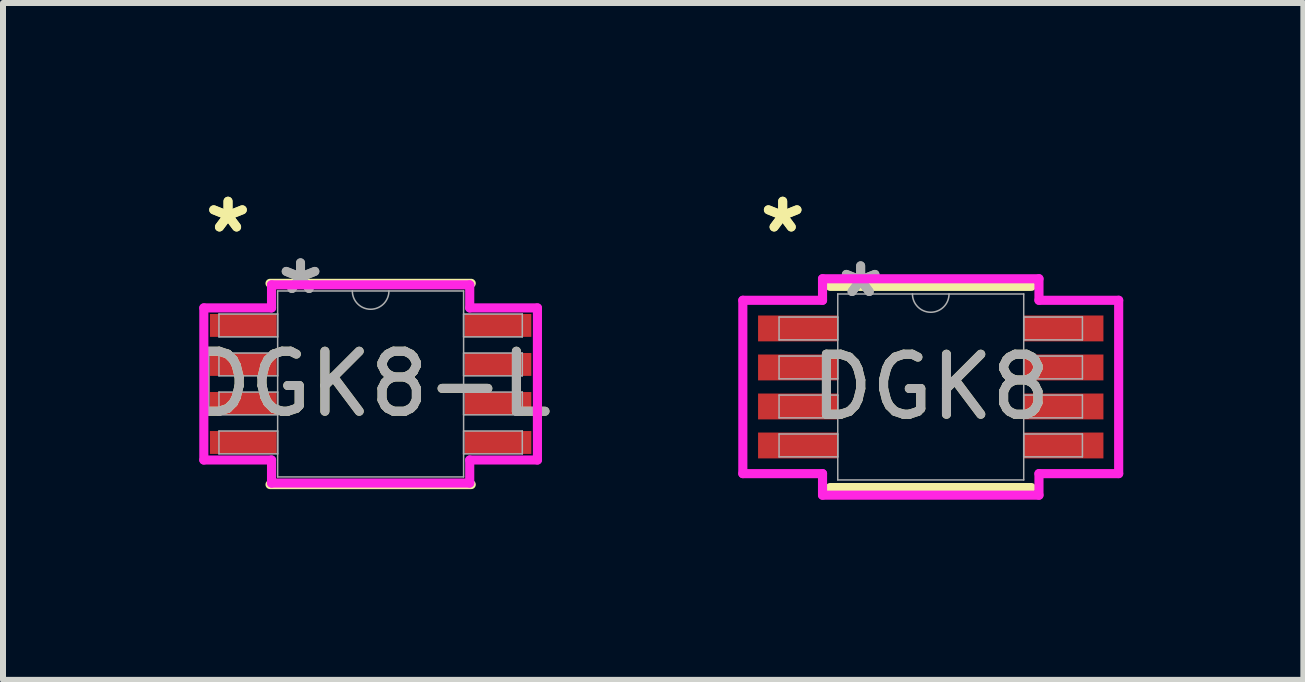
<source format=kicad_pcb>
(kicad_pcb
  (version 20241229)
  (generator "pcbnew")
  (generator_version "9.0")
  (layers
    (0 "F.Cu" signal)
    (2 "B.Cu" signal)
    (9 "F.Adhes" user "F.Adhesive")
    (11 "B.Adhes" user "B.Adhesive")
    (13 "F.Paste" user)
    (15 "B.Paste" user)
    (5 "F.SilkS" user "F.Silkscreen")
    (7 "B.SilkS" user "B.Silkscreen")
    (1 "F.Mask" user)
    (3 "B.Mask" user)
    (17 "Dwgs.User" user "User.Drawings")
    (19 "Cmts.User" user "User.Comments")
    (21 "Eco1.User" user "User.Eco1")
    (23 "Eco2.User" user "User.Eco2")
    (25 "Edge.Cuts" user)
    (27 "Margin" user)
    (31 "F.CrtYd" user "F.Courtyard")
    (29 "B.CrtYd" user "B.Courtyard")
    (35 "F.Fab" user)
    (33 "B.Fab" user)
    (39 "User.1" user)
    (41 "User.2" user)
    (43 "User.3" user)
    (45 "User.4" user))
  (footprint "DGK8"
    (layer "F.Cu")
    (at 12.457 3.397)
    (property "Reference" "DGK8" (at 0 0 0) (unlocked yes) (layer "F.SilkS") (effects (font (size 1 1) (thickness 0.15))))
    (attr smd)
    (fp_line (start -1.676 1.676) (end 1.676 1.676) (stroke (width 0.152) (type solid)) (layer "F.SilkS"))
    (fp_line (start 1.676 -1.676) (end -1.676 -1.676) (stroke (width 0.152) (type solid)) (layer "F.SilkS"))
    (fp_line (start -3.131 -1.444) (end -1.803 -1.444) (stroke (width 0.152) (type solid)) (layer "F.CrtYd"))
    (fp_line (start -3.131 1.444) (end -3.131 -1.444) (stroke (width 0.152) (type solid)) (layer "F.CrtYd"))
    (fp_line (start -3.131 1.444) (end -1.803 1.444) (stroke (width 0.152) (type solid)) (layer "F.CrtYd"))
    (fp_line (start -1.803 -1.803) (end 1.803 -1.803) (stroke (width 0.152) (type solid)) (layer "F.CrtYd"))
    (fp_line (start -1.803 -1.444) (end -1.803 -1.803) (stroke (width 0.152) (type solid)) (layer "F.CrtYd"))
    (fp_line (start -1.803 1.803) (end -1.803 1.444) (stroke (width 0.152) (type solid)) (layer "F.CrtYd"))
    (fp_line (start 1.803 -1.803) (end 1.803 -1.444) (stroke (width 0.152) (type solid)) (layer "F.CrtYd"))
    (fp_line (start 1.803 1.444) (end 1.803 1.803) (stroke (width 0.152) (type solid)) (layer "F.CrtYd"))
    (fp_line (start 1.803 1.803) (end -1.803 1.803) (stroke (width 0.152) (type solid)) (layer "F.CrtYd"))
    (fp_line (start 3.131 -1.444) (end 1.803 -1.444) (stroke (width 0.152) (type solid)) (layer "F.CrtYd"))
    (fp_line (start 3.131 -1.444) (end 3.131 1.444) (stroke (width 0.152) (type solid)) (layer "F.CrtYd"))
    (fp_line (start 3.131 1.444) (end 1.803 1.444) (stroke (width 0.152) (type solid)) (layer "F.CrtYd"))
    (fp_line (start -2.527 -1.165) (end -2.527 -0.784) (stroke (width 0.025) (type solid)) (layer "F.Fab"))
    (fp_line (start -2.527 -0.784) (end -1.549 -0.784) (stroke (width 0.025) (type solid)) (layer "F.Fab"))
    (fp_line (start -2.527 -0.515) (end -2.527 -0.135) (stroke (width 0.025) (type solid)) (layer "F.Fab"))
    (fp_line (start -2.527 -0.135) (end -1.549 -0.135) (stroke (width 0.025) (type solid)) (layer "F.Fab"))
    (fp_line (start -2.527 0.135) (end -2.527 0.515) (stroke (width 0.025) (type solid)) (layer "F.Fab"))
    (fp_line (start -2.527 0.515) (end -1.549 0.515) (stroke (width 0.025) (type solid)) (layer "F.Fab"))
    (fp_line (start -2.527 0.784) (end -2.527 1.165) (stroke (width 0.025) (type solid)) (layer "F.Fab"))
    (fp_line (start -2.527 1.165) (end -1.549 1.165) (stroke (width 0.025) (type solid)) (layer "F.Fab"))
    (fp_line (start -1.549 -1.549) (end -1.549 1.549) (stroke (width 0.025) (type solid)) (layer "F.Fab"))
    (fp_line (start -1.549 -1.165) (end -2.527 -1.165) (stroke (width 0.025) (type solid)) (layer "F.Fab"))
    (fp_line (start -1.549 -0.784) (end -1.549 -1.165) (stroke (width 0.025) (type solid)) (layer "F.Fab"))
    (fp_line (start -1.549 -0.515) (end -2.527 -0.515) (stroke (width 0.025) (type solid)) (layer "F.Fab"))
    (fp_line (start -1.549 -0.135) (end -1.549 -0.515) (stroke (width 0.025) (type solid)) (layer "F.Fab"))
    (fp_line (start -1.549 0.135) (end -2.527 0.135) (stroke (width 0.025) (type solid)) (layer "F.Fab"))
    (fp_line (start -1.549 0.515) (end -1.549 0.135) (stroke (width 0.025) (type solid)) (layer "F.Fab"))
    (fp_line (start -1.549 0.784) (end -2.527 0.784) (stroke (width 0.025) (type solid)) (layer "F.Fab"))
    (fp_line (start -1.549 1.165) (end -1.549 0.784) (stroke (width 0.025) (type solid)) (layer "F.Fab"))
    (fp_line (start -1.549 1.549) (end 1.549 1.549) (stroke (width 0.025) (type solid)) (layer "F.Fab"))
    (fp_line (start 1.549 -1.549) (end -1.549 -1.549) (stroke (width 0.025) (type solid)) (layer "F.Fab"))
    (fp_line (start 1.549 -1.165) (end 1.549 -0.784) (stroke (width 0.025) (type solid)) (layer "F.Fab"))
    (fp_line (start 1.549 -0.784) (end 2.527 -0.784) (stroke (width 0.025) (type solid)) (layer "F.Fab"))
    (fp_line (start 1.549 -0.515) (end 1.549 -0.135) (stroke (width 0.025) (type solid)) (layer "F.Fab"))
    (fp_line (start 1.549 -0.135) (end 2.527 -0.135) (stroke (width 0.025) (type solid)) (layer "F.Fab"))
    (fp_line (start 1.549 0.135) (end 1.549 0.515) (stroke (width 0.025) (type solid)) (layer "F.Fab"))
    (fp_line (start 1.549 0.515) (end 2.527 0.515) (stroke (width 0.025) (type solid)) (layer "F.Fab"))
    (fp_line (start 1.549 0.784) (end 1.549 1.165) (stroke (width 0.025) (type solid)) (layer "F.Fab"))
    (fp_line (start 1.549 1.165) (end 2.527 1.165) (stroke (width 0.025) (type solid)) (layer "F.Fab"))
    (fp_line (start 1.549 1.549) (end 1.549 -1.549) (stroke (width 0.025) (type solid)) (layer "F.Fab"))
    (fp_line (start 2.527 -1.165) (end 1.549 -1.165) (stroke (width 0.025) (type solid)) (layer "F.Fab"))
    (fp_line (start 2.527 -0.784) (end 2.527 -1.165) (stroke (width 0.025) (type solid)) (layer "F.Fab"))
    (fp_line (start 2.527 -0.515) (end 1.549 -0.515) (stroke (width 0.025) (type solid)) (layer "F.Fab"))
    (fp_line (start 2.527 -0.135) (end 2.527 -0.515) (stroke (width 0.025) (type solid)) (layer "F.Fab"))
    (fp_line (start 2.527 0.135) (end 1.549 0.135) (stroke (width 0.025) (type solid)) (layer "F.Fab"))
    (fp_line (start 2.527 0.515) (end 2.527 0.135) (stroke (width 0.025) (type solid)) (layer "F.Fab"))
    (fp_line (start 2.527 0.784) (end 1.549 0.784) (stroke (width 0.025) (type solid)) (layer "F.Fab"))
    (fp_line (start 2.527 1.165) (end 2.527 0.784) (stroke (width 0.025) (type solid)) (layer "F.Fab"))
    (fp_arc (start 0.3048 -1.5494) (mid 0 -1.2446) (end -0.3048 -1.5494) (stroke (width 0.0254) (type solid)) (layer "F.Fab"))
    (fp_text user "*" (at -2.467 -2.549 0) (unlocked yes) (layer "F.SilkS") (effects (font (size 1 1) (thickness 0.15))))
    (fp_text user "*" (at -2.467 -2.549 0) (layer "F.SilkS") (effects (font (size 1 1) (thickness 0.15))))
    (fp_text user "*" (at -1.168 -1.473 0) (layer "F.Fab") (effects (font (size 1 1) (thickness 0.15))))
    (fp_text user "*" (at -1.168 -1.473 0) (unlocked yes) (layer "F.Fab") (effects (font (size 1 1) (thickness 0.15))))
    (fp_text user "${REFERENCE}" (at 0 0 0) (unlocked yes) (layer "F.Fab") (effects (font (size 1 1) (thickness 0.15))))
    (pad "1" smd rect (at -2.213 -0.975) (size 1.328 0.431) (layers "F.Cu" "F.Mask" "F.Paste"))
    (pad "2" smd rect (at -2.213 -0.325) (size 1.328 0.431) (layers "F.Cu" "F.Mask" "F.Paste"))
    (pad "3" smd rect (at -2.213 0.325) (size 1.328 0.431) (layers "F.Cu" "F.Mask" "F.Paste"))
    (pad "4" smd rect (at -2.213 0.975) (size 1.328 0.431) (layers "F.Cu" "F.Mask" "F.Paste"))
    (pad "5" smd rect (at 2.213 0.975) (size 1.328 0.431) (layers "F.Cu" "F.Mask" "F.Paste"))
    (pad "6" smd rect (at 2.213 0.325) (size 1.328 0.431) (layers "F.Cu" "F.Mask" "F.Paste"))
    (pad "7" smd rect (at 2.213 -0.325) (size 1.328 0.431) (layers "F.Cu" "F.Mask" "F.Paste"))
    (pad "8" smd rect (at 2.213 -0.975) (size 1.328 0.431) (layers "F.Cu" "F.Mask" "F.Paste")))
  (footprint "DGK8-L"
    (layer "F.Cu")
    (at 3.125 3.347)
    (property "Reference" "DGK8-L" (at 0 0 0) (unlocked yes) (layer "F.SilkS") (effects (font (size 1 1) (thickness 0.15))))
    (attr smd)
    (fp_line (start -1.676 1.676) (end 1.676 1.676) (stroke (width 0.152) (type solid)) (layer "F.SilkS"))
    (fp_line (start 1.676 -1.676) (end -1.676 -1.676) (stroke (width 0.152) (type solid)) (layer "F.SilkS"))
    (fp_line (start -2.779 -1.267) (end -1.651 -1.267) (stroke (width 0.152) (type solid)) (layer "F.CrtYd"))
    (fp_line (start -2.779 1.267) (end -2.779 -1.267) (stroke (width 0.152) (type solid)) (layer "F.CrtYd"))
    (fp_line (start -2.779 1.267) (end -1.651 1.267) (stroke (width 0.152) (type solid)) (layer "F.CrtYd"))
    (fp_line (start -1.651 -1.651) (end 1.651 -1.651) (stroke (width 0.152) (type solid)) (layer "F.CrtYd"))
    (fp_line (start -1.651 -1.267) (end -1.651 -1.651) (stroke (width 0.152) (type solid)) (layer "F.CrtYd"))
    (fp_line (start -1.651 1.651) (end -1.651 1.267) (stroke (width 0.152) (type solid)) (layer "F.CrtYd"))
    (fp_line (start 1.651 -1.651) (end 1.651 -1.267) (stroke (width 0.152) (type solid)) (layer "F.CrtYd"))
    (fp_line (start 1.651 1.267) (end 1.651 1.651) (stroke (width 0.152) (type solid)) (layer "F.CrtYd"))
    (fp_line (start 1.651 1.651) (end -1.651 1.651) (stroke (width 0.152) (type solid)) (layer "F.CrtYd"))
    (fp_line (start 2.779 -1.267) (end 1.651 -1.267) (stroke (width 0.152) (type solid)) (layer "F.CrtYd"))
    (fp_line (start 2.779 -1.267) (end 2.779 1.267) (stroke (width 0.152) (type solid)) (layer "F.CrtYd"))
    (fp_line (start 2.779 1.267) (end 1.651 1.267) (stroke (width 0.152) (type solid)) (layer "F.CrtYd"))
    (fp_line (start -2.527 -1.165) (end -2.527 -0.784) (stroke (width 0.025) (type solid)) (layer "F.Fab"))
    (fp_line (start -2.527 -0.784) (end -1.549 -0.784) (stroke (width 0.025) (type solid)) (layer "F.Fab"))
    (fp_line (start -2.527 -0.515) (end -2.527 -0.135) (stroke (width 0.025) (type solid)) (layer "F.Fab"))
    (fp_line (start -2.527 -0.135) (end -1.549 -0.135) (stroke (width 0.025) (type solid)) (layer "F.Fab"))
    (fp_line (start -2.527 0.135) (end -2.527 0.515) (stroke (width 0.025) (type solid)) (layer "F.Fab"))
    (fp_line (start -2.527 0.515) (end -1.549 0.515) (stroke (width 0.025) (type solid)) (layer "F.Fab"))
    (fp_line (start -2.527 0.784) (end -2.527 1.165) (stroke (width 0.025) (type solid)) (layer "F.Fab"))
    (fp_line (start -2.527 1.165) (end -1.549 1.165) (stroke (width 0.025) (type solid)) (layer "F.Fab"))
    (fp_line (start -1.549 -1.549) (end -1.549 1.549) (stroke (width 0.025) (type solid)) (layer "F.Fab"))
    (fp_line (start -1.549 -1.165) (end -2.527 -1.165) (stroke (width 0.025) (type solid)) (layer "F.Fab"))
    (fp_line (start -1.549 -0.784) (end -1.549 -1.165) (stroke (width 0.025) (type solid)) (layer "F.Fab"))
    (fp_line (start -1.549 -0.515) (end -2.527 -0.515) (stroke (width 0.025) (type solid)) (layer "F.Fab"))
    (fp_line (start -1.549 -0.135) (end -1.549 -0.515) (stroke (width 0.025) (type solid)) (layer "F.Fab"))
    (fp_line (start -1.549 0.135) (end -2.527 0.135) (stroke (width 0.025) (type solid)) (layer "F.Fab"))
    (fp_line (start -1.549 0.515) (end -1.549 0.135) (stroke (width 0.025) (type solid)) (layer "F.Fab"))
    (fp_line (start -1.549 0.784) (end -2.527 0.784) (stroke (width 0.025) (type solid)) (layer "F.Fab"))
    (fp_line (start -1.549 1.165) (end -1.549 0.784) (stroke (width 0.025) (type solid)) (layer "F.Fab"))
    (fp_line (start -1.549 1.549) (end 1.549 1.549) (stroke (width 0.025) (type solid)) (layer "F.Fab"))
    (fp_line (start 1.549 -1.549) (end -1.549 -1.549) (stroke (width 0.025) (type solid)) (layer "F.Fab"))
    (fp_line (start 1.549 -1.165) (end 1.549 -0.784) (stroke (width 0.025) (type solid)) (layer "F.Fab"))
    (fp_line (start 1.549 -0.784) (end 2.527 -0.784) (stroke (width 0.025) (type solid)) (layer "F.Fab"))
    (fp_line (start 1.549 -0.515) (end 1.549 -0.135) (stroke (width 0.025) (type solid)) (layer "F.Fab"))
    (fp_line (start 1.549 -0.135) (end 2.527 -0.135) (stroke (width 0.025) (type solid)) (layer "F.Fab"))
    (fp_line (start 1.549 0.135) (end 1.549 0.515) (stroke (width 0.025) (type solid)) (layer "F.Fab"))
    (fp_line (start 1.549 0.515) (end 2.527 0.515) (stroke (width 0.025) (type solid)) (layer "F.Fab"))
    (fp_line (start 1.549 0.784) (end 1.549 1.165) (stroke (width 0.025) (type solid)) (layer "F.Fab"))
    (fp_line (start 1.549 1.165) (end 2.527 1.165) (stroke (width 0.025) (type solid)) (layer "F.Fab"))
    (fp_line (start 1.549 1.549) (end 1.549 -1.549) (stroke (width 0.025) (type solid)) (layer "F.Fab"))
    (fp_line (start 2.527 -1.165) (end 1.549 -1.165) (stroke (width 0.025) (type solid)) (layer "F.Fab"))
    (fp_line (start 2.527 -0.784) (end 2.527 -1.165) (stroke (width 0.025) (type solid)) (layer "F.Fab"))
    (fp_line (start 2.527 -0.515) (end 1.549 -0.515) (stroke (width 0.025) (type solid)) (layer "F.Fab"))
    (fp_line (start 2.527 -0.135) (end 2.527 -0.515) (stroke (width 0.025) (type solid)) (layer "F.Fab"))
    (fp_line (start 2.527 0.135) (end 1.549 0.135) (stroke (width 0.025) (type solid)) (layer "F.Fab"))
    (fp_line (start 2.527 0.515) (end 2.527 0.135) (stroke (width 0.025) (type solid)) (layer "F.Fab"))
    (fp_line (start 2.527 0.784) (end 1.549 0.784) (stroke (width 0.025) (type solid)) (layer "F.Fab"))
    (fp_line (start 2.527 1.165) (end 2.527 0.784) (stroke (width 0.025) (type solid)) (layer "F.Fab"))
    (fp_arc (start 0.3048 -1.5494) (mid 0 -1.2446) (end -0.3048 -1.5494) (stroke (width 0.0254) (type solid)) (layer "F.Fab"))
    (fp_text user "*" (at -2.376 -2.499 0) (layer "F.SilkS") (effects (font (size 1 1) (thickness 0.15))))
    (fp_text user "*" (at -2.376 -2.499 0) (unlocked yes) (layer "F.SilkS") (effects (font (size 1 1) (thickness 0.15))))
    (fp_text user "${REFERENCE}" (at 0 0 0) (unlocked yes) (layer "F.Fab") (effects (font (size 1 1) (thickness 0.15))))
    (fp_text user "*" (at -1.168 -1.473 0) (layer "F.Fab") (effects (font (size 1 1) (thickness 0.15))))
    (fp_text user "*" (at -1.168 -1.473 0) (unlocked yes) (layer "F.Fab") (effects (font (size 1 1) (thickness 0.15))))
    (pad "1" smd rect (at -2.122 -0.975) (size 1.111 0.381) (layers "F.Cu" "F.Mask" "F.Paste"))
    (pad "2" smd rect (at -2.122 -0.325) (size 1.111 0.381) (layers "F.Cu" "F.Mask" "F.Paste"))
    (pad "3" smd rect (at -2.122 0.325) (size 1.111 0.381) (layers "F.Cu" "F.Mask" "F.Paste"))
    (pad "4" smd rect (at -2.122 0.975) (size 1.111 0.381) (layers "F.Cu" "F.Mask" "F.Paste"))
    (pad "5" smd rect (at 2.122 0.975) (size 1.111 0.381) (layers "F.Cu" "F.Mask" "F.Paste"))
    (pad "6" smd rect (at 2.122 0.325) (size 1.111 0.381) (layers "F.Cu" "F.Mask" "F.Paste"))
    (pad "7" smd rect (at 2.122 -0.325) (size 1.111 0.381) (layers "F.Cu" "F.Mask" "F.Paste"))
    (pad "8" smd rect (at 2.122 -0.975) (size 1.111 0.381) (layers "F.Cu" "F.Mask" "F.Paste")))
  (gr_rect
    (start -3 -3)
    (end 18.665 8.277)
    (stroke (width 0.1) (type default))
    (fill no)
    (layer "Edge.Cuts")))
</source>
